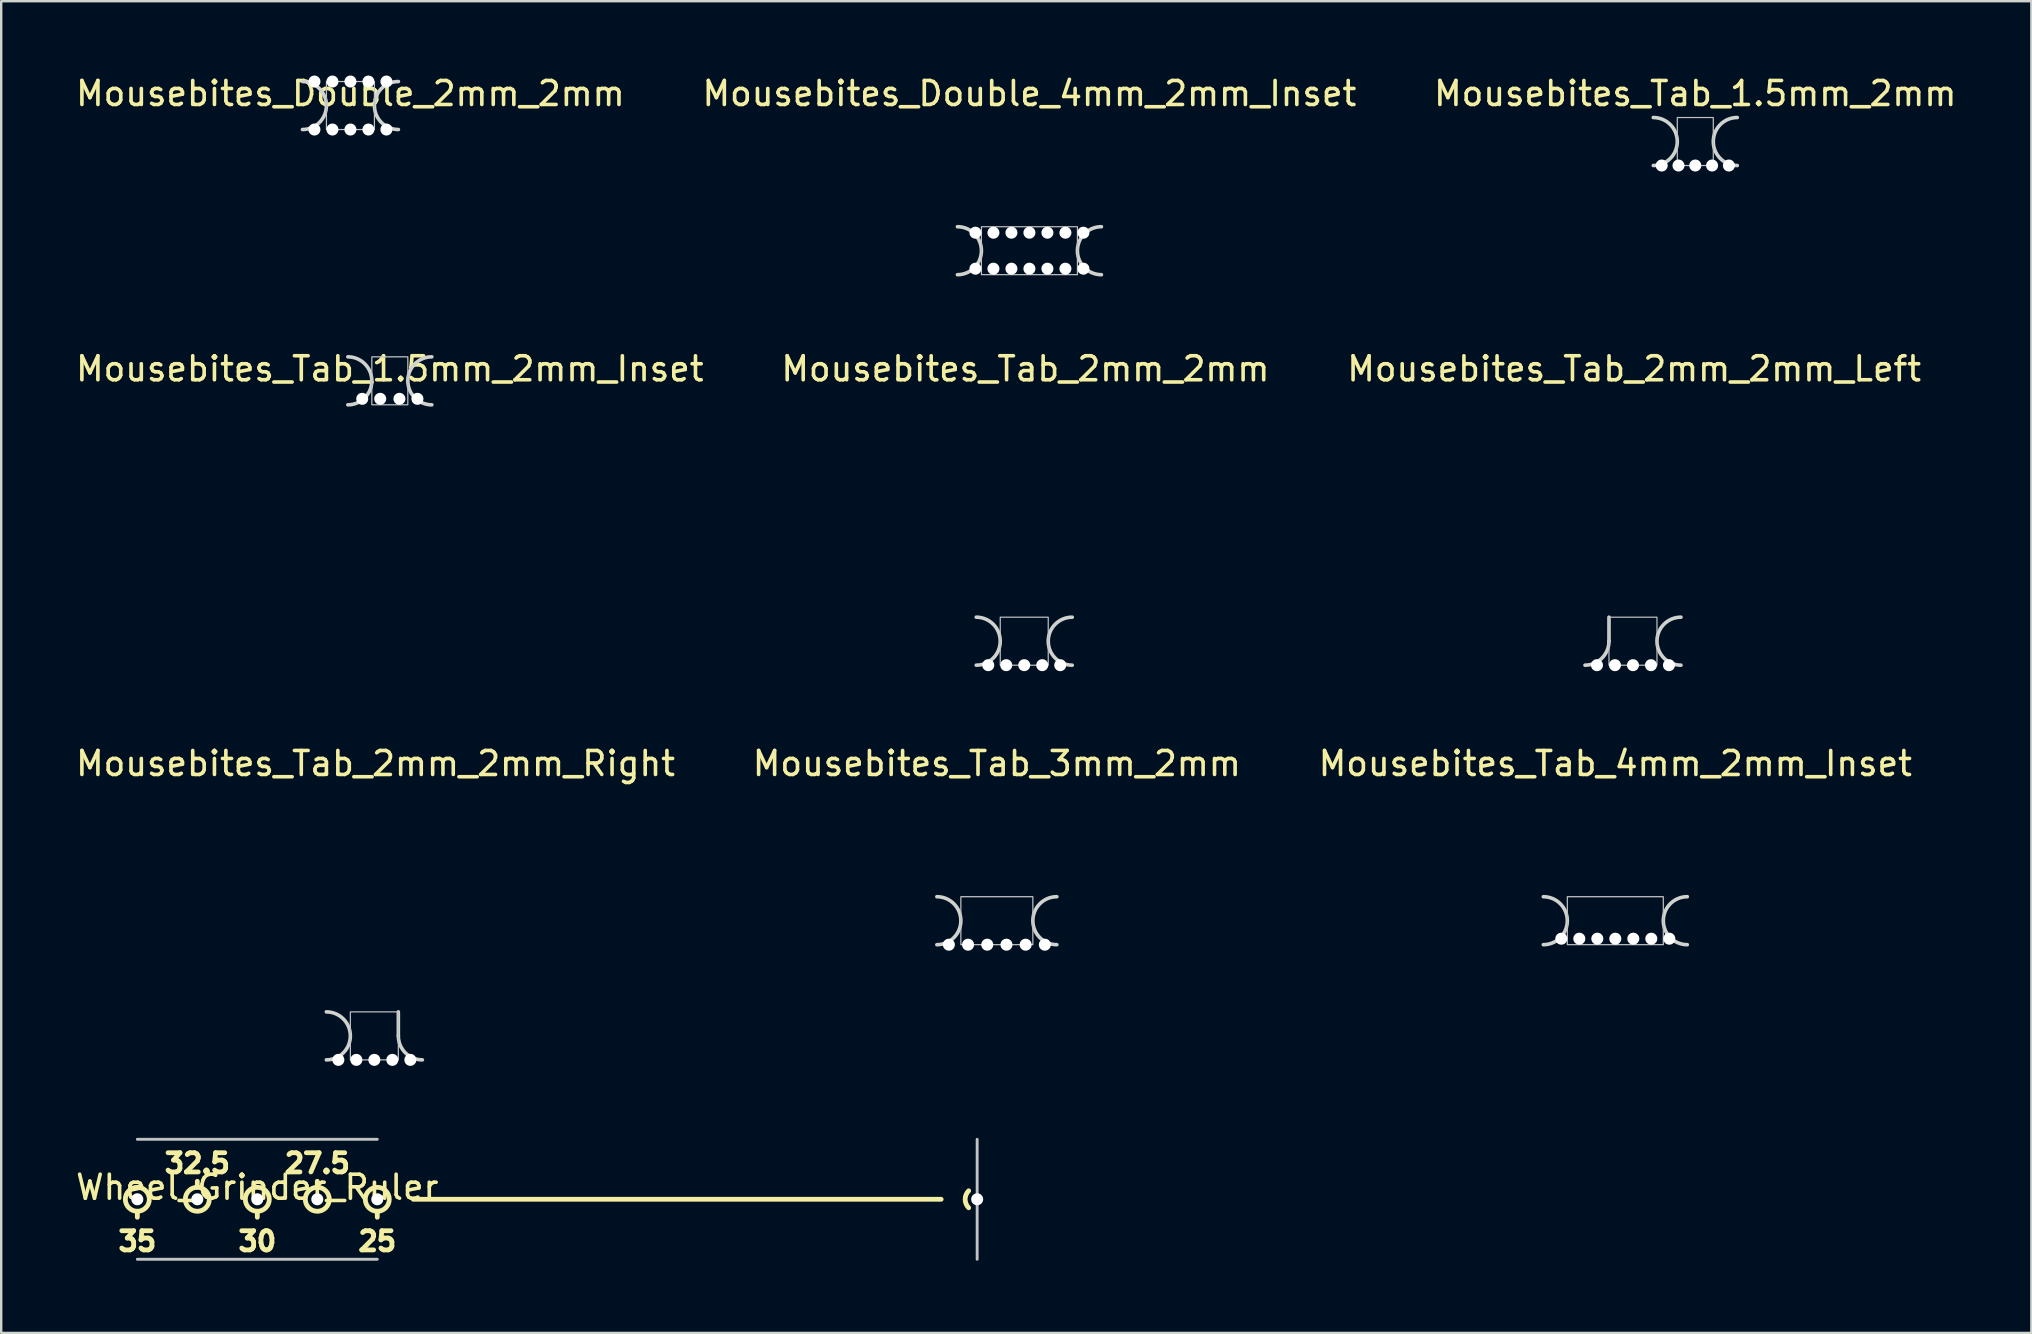
<source format=kicad_pcb>
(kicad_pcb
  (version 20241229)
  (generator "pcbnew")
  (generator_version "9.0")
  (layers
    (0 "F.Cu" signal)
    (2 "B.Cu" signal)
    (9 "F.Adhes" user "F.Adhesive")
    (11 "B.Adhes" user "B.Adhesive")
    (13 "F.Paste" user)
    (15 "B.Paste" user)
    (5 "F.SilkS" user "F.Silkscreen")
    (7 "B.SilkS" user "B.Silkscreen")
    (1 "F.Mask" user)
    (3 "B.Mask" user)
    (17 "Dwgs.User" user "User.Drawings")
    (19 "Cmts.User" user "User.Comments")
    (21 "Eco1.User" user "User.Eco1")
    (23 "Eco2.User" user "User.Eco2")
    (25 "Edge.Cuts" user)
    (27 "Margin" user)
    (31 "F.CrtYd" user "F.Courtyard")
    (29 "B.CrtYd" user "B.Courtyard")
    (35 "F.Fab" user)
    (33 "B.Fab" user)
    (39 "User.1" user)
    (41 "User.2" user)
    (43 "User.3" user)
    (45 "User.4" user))
  (footprint "Mousebites_Tab_3mm_2mm"
    (layer "F.Cu")
    (at 38.494 35.32)
    (property "Reference" "Mousebites_Tab_3mm_2mm" (at 0 -6.55 0) (unlocked yes) (layer "F.SilkS") (effects (font (size 1 1) (thickness 0.15))))
    (attr smd exclude_from_pos_files exclude_from_bom)
    (fp_rect (start -1.5 -1) (end 1.5 1) (stroke (width 0.05) (type solid)) (fill no) (layer "Dwgs.User"))
    (fp_arc (start -2.500019 -0.999999) (mid -1.500001 0) (end -2.500019 0.999999) (stroke (width 0.15) (type solid)) (layer "Edge.Cuts"))
    (fp_arc (start 2.500018 0.999999) (mid 1.5 0) (end 2.500018 -0.999999) (stroke (width 0.15) (type solid)) (layer "Edge.Cuts"))
    (pad "" np_thru_hole circle (at -2 1) (size 0.5 0.5) (drill 0.5) (layers "*.Cu" "*.Mask"))
    (pad "" np_thru_hole circle (at -1.2 1) (size 0.5 0.5) (drill 0.5) (layers "*.Cu" "*.Mask"))
    (pad "" np_thru_hole circle (at -0.4 1) (size 0.5 0.5) (drill 0.5) (layers "*.Cu" "*.Mask"))
    (pad "" np_thru_hole circle (at 0.4 1) (size 0.5 0.5) (drill 0.5) (layers "*.Cu" "*.Mask"))
    (pad "" np_thru_hole circle (at 1.2 1) (size 0.5 0.5) (drill 0.5) (layers "*.Cu" "*.Mask"))
    (pad "" np_thru_hole circle (at 2 1) (size 0.5 0.5) (drill 0.5) (layers "*.Cu" "*.Mask")))
  (footprint "Mousebites_Tab_2mm_2mm"
    (layer "F.Cu")
    (at 39.635 23.671)
    (property "Reference" "Mousebites_Tab_2mm_2mm" (at 0.05 -11.35 0) (unlocked yes) (layer "F.SilkS") (effects (font (size 1 1) (thickness 0.15))))
    (attr smd exclude_from_pos_files exclude_from_bom)
    (fp_rect (start -1 -1) (end 1 1) (stroke (width 0.05) (type solid)) (fill no) (layer "Dwgs.User"))
    (fp_arc (start -2.000036 -1.000001) (mid -1.000018 -0.000002) (end -2.000036 0.999997) (stroke (width 0.15) (type solid)) (layer "Edge.Cuts"))
    (fp_arc (start 2 0.999998) (mid 0.999982 -0.000001) (end 2 -1) (stroke (width 0.15) (type solid)) (layer "Edge.Cuts"))
    (pad "" np_thru_hole circle (at -1.5 1 180) (size 0.5 0.5) (drill 0.5) (layers "*.Cu" "*.Mask"))
    (pad "" np_thru_hole circle (at -0.75 1 180) (size 0.5 0.5) (drill 0.5) (layers "*.Cu" "*.Mask"))
    (pad "" np_thru_hole circle (at -0.000018 1) (size 0.5 0.5) (drill 0.5) (layers "*.Cu" "*.Mask"))
    (pad "" np_thru_hole circle (at 0.75 1) (size 0.5 0.5) (drill 0.5) (layers "*.Cu" "*.Mask"))
    (pad "" np_thru_hole circle (at 1.5 1) (size 0.5 0.5) (drill 0.5) (layers "*.Cu" "*.Mask")))
  (footprint "Wheel_Grinder_Ruler"
    (layer "F.Cu")
    (at 7.673 46.93)
    (property "Reference" "Wheel_Grinder_Ruler" (at 0 -0.5 0) (unlocked yes) (layer "F.SilkS") (effects (font (size 1 1) (thickness 0.15))))
    (attr board_only exclude_from_pos_files exclude_from_bom allow_missing_courtyard)
    (fp_line (start -5 0.5) (end -5 0.75) (stroke (width 0.2) (type default)) (layer "F.SilkS"))
    (fp_line (start -2.5 -0.75) (end -2.5 -0.5) (stroke (width 0.2) (type default)) (layer "F.SilkS"))
    (fp_line (start 0 0.5) (end 0 0.75) (stroke (width 0.2) (type default)) (layer "F.SilkS"))
    (fp_line (start 2.5 -0.75) (end 2.5 -0.5) (stroke (width 0.2) (type default)) (layer "F.SilkS"))
    (fp_line (start 5 0.5) (end 5 0.75) (stroke (width 0.2) (type default)) (layer "F.SilkS"))
    (fp_line (start 6.5 0) (end 28.5 0) (stroke (width 0.2) (type default)) (layer "F.SilkS"))
    (fp_arc (start 29.646447 0.353553) (mid 29.500001 0) (end 29.646447 -0.353553) (stroke (width 0.2) (type default)) (layer "F.SilkS"))
    (fp_circle (center -5 0) (end -4.5 0) (stroke (width 0.2) (type default)) (fill no) (layer "F.SilkS"))
    (fp_circle (center -2.5 0) (end -2 0) (stroke (width 0.2) (type default)) (fill no) (layer "F.SilkS"))
    (fp_circle (center 0 0) (end 0.5 0) (stroke (width 0.2) (type default)) (fill no) (layer "F.SilkS"))
    (fp_circle (center 2.5 0) (end 3 0) (stroke (width 0.2) (type default)) (fill no) (layer "F.SilkS"))
    (fp_circle (center 5 0) (end 5.5 0) (stroke (width 0.2) (type default)) (fill no) (layer "F.SilkS"))
    (fp_line (start -5 -2.5) (end 5 -2.5) (stroke (width 0.12) (type default)) (layer "Dwgs.User"))
    (fp_line (start -5 2.5) (end 5 2.5) (stroke (width 0.12) (type default)) (layer "Dwgs.User"))
    (fp_line (start 30 2.5) (end 30 -2.5) (stroke (width 0.12) (type default)) (layer "Dwgs.User"))
    (fp_text user "25" (at 5 1.75 0) (unlocked yes) (layer "F.SilkS") (effects (font (size 0.8 0.8) (thickness 0.2) (bold yes))))
    (fp_text user "27.5" (at 2.5 -1.5 0) (unlocked yes) (layer "F.SilkS") (effects (font (size 0.8 0.8) (thickness 0.2) (bold yes))))
    (fp_text user "30" (at 0 1.75 0) (unlocked yes) (layer "F.SilkS") (effects (font (size 0.8 0.8) (thickness 0.2) (bold yes))))
    (fp_text user "32.5" (at -2.5 -1.5 0) (unlocked yes) (layer "F.SilkS") (effects (font (size 0.8 0.8) (thickness 0.2) (bold yes))))
    (fp_text user "35" (at -5 1.75 0) (unlocked yes) (layer "F.SilkS") (effects (font (size 0.8 0.8) (thickness 0.2) (bold yes))))
    (pad "" np_thru_hole circle (at -5 0) (size 0.5 0.5) (drill 0.5) (layers "*.Cu" "*.Mask"))
    (pad "" np_thru_hole circle (at -2.5 0) (size 0.5 0.5) (drill 0.5) (layers "*.Cu" "*.Mask"))
    (pad "" np_thru_hole circle (at 0 0) (size 0.5 0.5) (drill 0.5) (layers "*.Cu" "*.Mask"))
    (pad "" np_thru_hole circle (at 2.5 0) (size 0.5 0.5) (drill 0.5) (layers "*.Cu" "*.Mask"))
    (pad "" np_thru_hole circle (at 5 0) (size 0.5 0.5) (drill 0.5) (layers "*.Cu" "*.Mask"))
    (pad "" np_thru_hole circle (at 30 0) (size 0.5 0.5) (drill 0.5) (layers "*.Cu" "*.Mask")))
  (footprint "Mousebites_Double_4mm_2mm_Inset"
    (layer "F.Cu")
    (at 39.851 7.398)
    (property "Reference" "Mousebites_Double_4mm_2mm_Inset" (at 0 -6.55 0) (unlocked yes) (layer "F.SilkS") (effects (font (size 1 1) (thickness 0.15))))
    (attr smd exclude_from_pos_files exclude_from_bom)
    (fp_rect (start -2 -1) (end 2 1) (stroke (width 0.05) (type default)) (fill no) (layer "Dwgs.User"))
    (fp_arc (start -3.000018 -0.999999) (mid -2 0) (end -3.000018 0.999999) (stroke (width 0.15) (type solid)) (layer "Edge.Cuts"))
    (fp_arc (start 3.000017 0.999999) (mid 2 0) (end 3.000017 -0.999999) (stroke (width 0.15) (type solid)) (layer "Edge.Cuts"))
    (pad "" np_thru_hole circle (at -2.25 -0.75) (size 0.5 0.5) (drill 0.5) (layers "*.Cu" "*.Mask"))
    (pad "" np_thru_hole circle (at -2.25 0.75) (size 0.5 0.5) (drill 0.5) (layers "*.Cu" "*.Mask"))
    (pad "" np_thru_hole circle (at -1.5 -0.75) (size 0.5 0.5) (drill 0.5) (layers "*.Cu" "*.Mask"))
    (pad "" np_thru_hole circle (at -1.5 0.75) (size 0.5 0.5) (drill 0.5) (layers "*.Cu" "*.Mask"))
    (pad "" np_thru_hole circle (at -0.75 -0.75) (size 0.5 0.5) (drill 0.5) (layers "*.Cu" "*.Mask"))
    (pad "" np_thru_hole circle (at -0.75 0.75) (size 0.5 0.5) (drill 0.5) (layers "*.Cu" "*.Mask"))
    (pad "" np_thru_hole circle (at 0 -0.75) (size 0.5 0.5) (drill 0.5) (layers "*.Cu" "*.Mask"))
    (pad "" np_thru_hole circle (at 0 0.75) (size 0.5 0.5) (drill 0.5) (layers "*.Cu" "*.Mask"))
    (pad "" np_thru_hole circle (at 0.75 -0.75) (size 0.5 0.5) (drill 0.5) (layers "*.Cu" "*.Mask"))
    (pad "" np_thru_hole circle (at 0.75 0.75) (size 0.5 0.5) (drill 0.5) (layers "*.Cu" "*.Mask"))
    (pad "" np_thru_hole circle (at 1.5 -0.75) (size 0.5 0.5) (drill 0.5) (layers "*.Cu" "*.Mask"))
    (pad "" np_thru_hole circle (at 1.5 0.75) (size 0.5 0.5) (drill 0.5) (layers "*.Cu" "*.Mask"))
    (pad "" np_thru_hole circle (at 2.25 -0.75) (size 0.5 0.5) (drill 0.5) (layers "*.Cu" "*.Mask"))
    (pad "" np_thru_hole circle (at 2.25 0.75) (size 0.5 0.5) (drill 0.5) (layers "*.Cu" "*.Mask")))
  (footprint "Mousebites_Double_2mm_2mm"
    (layer "F.Cu")
    (at 11.554 1.348)
    (property "Reference" "Mousebites_Double_2mm_2mm" (at 0 -0.5 0) (unlocked yes) (layer "F.SilkS") (effects (font (size 1 1) (thickness 0.15))))
    (attr exclude_from_pos_files exclude_from_bom)
    (fp_rect (start -1 -1) (end 1 1) (stroke (width 0.05) (type solid)) (fill no) (layer "Dwgs.User"))
    (fp_arc (start -2.000036 -1.000001) (mid -1.000018 -0.000002) (end -2.000036 0.999997) (stroke (width 0.15) (type solid)) (layer "Edge.Cuts"))
    (fp_arc (start 2 0.999998) (mid 0.999982 -0.000001) (end 2 -1) (stroke (width 0.15) (type solid)) (layer "Edge.Cuts"))
    (pad "" np_thru_hole circle (at -1.5 -1 180) (size 0.5 0.5) (drill 0.5) (layers "*.Cu" "*.Mask"))
    (pad "" np_thru_hole circle (at -1.5 1 180) (size 0.5 0.5) (drill 0.5) (layers "*.Cu" "*.Mask"))
    (pad "" np_thru_hole circle (at -0.75 -1 180) (size 0.5 0.5) (drill 0.5) (layers "*.Cu" "*.Mask"))
    (pad "" np_thru_hole circle (at -0.75 1 180) (size 0.5 0.5) (drill 0.5) (layers "*.Cu" "*.Mask"))
    (pad "" np_thru_hole circle (at -0.000018 -1) (size 0.5 0.5) (drill 0.5) (layers "*.Cu" "*.Mask"))
    (pad "" np_thru_hole circle (at -0.000018 1) (size 0.5 0.5) (drill 0.5) (layers "*.Cu" "*.Mask"))
    (pad "" np_thru_hole circle (at 0.75 -1) (size 0.5 0.5) (drill 0.5) (layers "*.Cu" "*.Mask"))
    (pad "" np_thru_hole circle (at 0.75 1) (size 0.5 0.5) (drill 0.5) (layers "*.Cu" "*.Mask"))
    (pad "" np_thru_hole circle (at 1.5 -1) (size 0.5 0.5) (drill 0.5) (layers "*.Cu" "*.Mask"))
    (pad "" np_thru_hole circle (at 1.5 1) (size 0.5 0.5) (drill 0.5) (layers "*.Cu" "*.Mask")))
  (footprint "Mousebites_Tab_1.5mm_2mm"
    (layer "F.Cu")
    (at 67.601 2.848)
    (property "Reference" "Mousebites_Tab_1.5mm_2mm" (at 0 -2 0) (unlocked yes) (layer "F.SilkS") (effects (font (size 1 1) (thickness 0.15))))
    (attr smd board_only exclude_from_pos_files exclude_from_bom)
    (fp_rect (start -0.75 -1) (end 0.75 1) (stroke (width 0.05) (type solid)) (fill no) (layer "Dwgs.User"))
    (fp_arc (start -1.75 -1) (mid -0.749982 -0.000001) (end -1.75 0.999998) (stroke (width 0.15) (type solid)) (layer "Edge.Cuts"))
    (fp_arc (start 1.750019 0.999998) (mid 0.750001 -0.000001) (end 1.750019 -1) (stroke (width 0.15) (type solid)) (layer "Edge.Cuts"))
    (pad "" np_thru_hole circle (at -1.4 1 180) (size 0.5 0.5) (drill 0.5) (layers "*.Cu" "*.Mask"))
    (pad "" np_thru_hole circle (at -0.7 1 180) (size 0.5 0.5) (drill 0.5) (layers "*.Cu" "*.Mask"))
    (pad "" np_thru_hole circle (at 0 1) (size 0.5 0.5) (drill 0.5) (layers "*.Cu" "*.Mask"))
    (pad "" np_thru_hole circle (at 0.7 1) (size 0.5 0.5) (drill 0.5) (layers "*.Cu" "*.Mask"))
    (pad "" np_thru_hole circle (at 1.4 1) (size 0.5 0.5) (drill 0.5) (layers "*.Cu" "*.Mask")))
  (footprint "Mousebites_Tab_2mm_2mm_Left"
    (layer "F.Cu")
    (at 65.004 23.671)
    (property "Reference" "Mousebites_Tab_2mm_2mm_Left" (at 0.05 -11.35 0) (unlocked yes) (layer "F.SilkS") (effects (font (size 1 1) (thickness 0.15))))
    (attr smd exclude_from_pos_files exclude_from_bom)
    (fp_rect (start -1 -1) (end 1 1) (stroke (width 0.05) (type solid)) (fill no) (layer "Dwgs.User"))
    (fp_line (start -1 0) (end -1 -1) (stroke (width 0.15) (type default)) (layer "Edge.Cuts"))
    (fp_arc (start -1 0) (mid -1.292893 0.707107) (end -2 1) (stroke (width 0.15) (type default)) (layer "Edge.Cuts"))
    (fp_arc (start 2 0.999998) (mid 0.999982 -0.000001) (end 2 -1) (stroke (width 0.15) (type solid)) (layer "Edge.Cuts"))
    (pad "" np_thru_hole circle (at -1.5 1 180) (size 0.5 0.5) (drill 0.5) (layers "*.Cu" "*.Mask"))
    (pad "" np_thru_hole circle (at -0.75 1 180) (size 0.5 0.5) (drill 0.5) (layers "*.Cu" "*.Mask"))
    (pad "" np_thru_hole circle (at -0.000018 1) (size 0.5 0.5) (drill 0.5) (layers "*.Cu" "*.Mask"))
    (pad "" np_thru_hole circle (at 0.75 1) (size 0.5 0.5) (drill 0.5) (layers "*.Cu" "*.Mask"))
    (pad "" np_thru_hole circle (at 1.5 1) (size 0.5 0.5) (drill 0.5) (layers "*.Cu" "*.Mask")))
  (footprint "Mousebites_Tab_4mm_2mm_Inset"
    (layer "F.Cu")
    (at 64.268 35.32)
    (property "Reference" "Mousebites_Tab_4mm_2mm_Inset" (at 0 -6.55 0) (unlocked yes) (layer "F.SilkS") (effects (font (size 1 1) (thickness 0.15))))
    (attr smd exclude_from_pos_files exclude_from_bom)
    (fp_rect (start -2 -1) (end 2 1) (stroke (width 0.05) (type default)) (fill no) (layer "Dwgs.User"))
    (fp_arc (start -3.000018 -0.999999) (mid -2 0) (end -3.000018 0.999999) (stroke (width 0.15) (type solid)) (layer "Edge.Cuts"))
    (fp_arc (start 3.000017 0.999999) (mid 2 0) (end 3.000017 -0.999999) (stroke (width 0.15) (type solid)) (layer "Edge.Cuts"))
    (pad "" np_thru_hole circle (at -2.25 0.75) (size 0.5 0.5) (drill 0.5) (layers "*.Cu" "*.Mask"))
    (pad "" np_thru_hole circle (at -1.5 0.75) (size 0.5 0.5) (drill 0.5) (layers "*.Cu" "*.Mask"))
    (pad "" np_thru_hole circle (at -0.75 0.75) (size 0.5 0.5) (drill 0.5) (layers "*.Cu" "*.Mask"))
    (pad "" np_thru_hole circle (at 0 0.75) (size 0.5 0.5) (drill 0.5) (layers "*.Cu" "*.Mask"))
    (pad "" np_thru_hole circle (at 0.75 0.75) (size 0.5 0.5) (drill 0.5) (layers "*.Cu" "*.Mask"))
    (pad "" np_thru_hole circle (at 1.5 0.75) (size 0.5 0.5) (drill 0.5) (layers "*.Cu" "*.Mask"))
    (pad "" np_thru_hole circle (at 2.25 0.75) (size 0.5 0.5) (drill 0.5) (layers "*.Cu" "*.Mask")))
  (footprint "Mousebites_Tab_2mm_2mm_Right"
    (layer "F.Cu")
    (at 12.551 40.12)
    (property "Reference" "Mousebites_Tab_2mm_2mm_Right" (at 0.05 -11.35 0) (unlocked yes) (layer "F.SilkS") (effects (font (size 1 1) (thickness 0.15))))
    (attr smd exclude_from_pos_files exclude_from_bom)
    (fp_rect (start -1 -1) (end 1 1) (stroke (width 0.05) (type solid)) (fill no) (layer "Dwgs.User"))
    (fp_line (start 1 0) (end 1 -1) (stroke (width 0.15) (type default)) (layer "Edge.Cuts"))
    (fp_arc (start -2.000036 -1.000001) (mid -1.000018 -0.000002) (end -2.000036 0.999997) (stroke (width 0.15) (type solid)) (layer "Edge.Cuts"))
    (fp_arc (start 2 1) (mid 1.292893 0.707107) (end 1 0) (stroke (width 0.15) (type default)) (layer "Edge.Cuts"))
    (pad "" np_thru_hole circle (at -1.5 1 180) (size 0.5 0.5) (drill 0.5) (layers "*.Cu" "*.Mask"))
    (pad "" np_thru_hole circle (at -0.75 1 180) (size 0.5 0.5) (drill 0.5) (layers "*.Cu" "*.Mask"))
    (pad "" np_thru_hole circle (at -0.000018 1) (size 0.5 0.5) (drill 0.5) (layers "*.Cu" "*.Mask"))
    (pad "" np_thru_hole circle (at 0.75 1) (size 0.5 0.5) (drill 0.5) (layers "*.Cu" "*.Mask"))
    (pad "" np_thru_hole circle (at 1.5 1) (size 0.5 0.5) (drill 0.5) (layers "*.Cu" "*.Mask")))
  (footprint "Mousebites_Tab_1.5mm_2mm_Inset"
    (layer "F.Cu")
    (at 13.196 12.821)
    (property "Reference" "Mousebites_Tab_1.5mm_2mm_Inset" (at 0 -0.5 0) (unlocked yes) (layer "F.SilkS") (effects (font (size 1 1) (thickness 0.15))))
    (attr smd board_only exclude_from_pos_files exclude_from_bom allow_missing_courtyard)
    (fp_rect (start -0.75 -1) (end 0.75 1) (stroke (width 0.05) (type solid)) (fill no) (layer "Dwgs.User"))
    (fp_arc (start -1.75 -1) (mid -0.749982 -0.000001) (end -1.75 0.999998) (stroke (width 0.15) (type solid)) (layer "Edge.Cuts"))
    (fp_arc (start 1.750019 0.999998) (mid 0.750002 -0.000001) (end 1.750019 -1) (stroke (width 0.15) (type solid)) (layer "Edge.Cuts"))
    (pad "" np_thru_hole circle (at -1.15 0.75 180) (size 0.5 0.5) (drill 0.5) (layers "*.Cu" "*.Mask"))
    (pad "" np_thru_hole circle (at -0.4 0.75 180) (size 0.5 0.5) (drill 0.5) (layers "*.Cu" "*.Mask"))
    (pad "" np_thru_hole circle (at 0.4 0.75) (size 0.5 0.5) (drill 0.5) (layers "*.Cu" "*.Mask"))
    (pad "" np_thru_hole circle (at 1.15 0.75) (size 0.5 0.5) (drill 0.5) (layers "*.Cu" "*.Mask")))
  (gr_rect
    (start -3 -3)
    (end 81.607 52.499)
    (stroke (width 0.1) (type default))
    (fill no)
    (layer "Edge.Cuts")))
</source>
